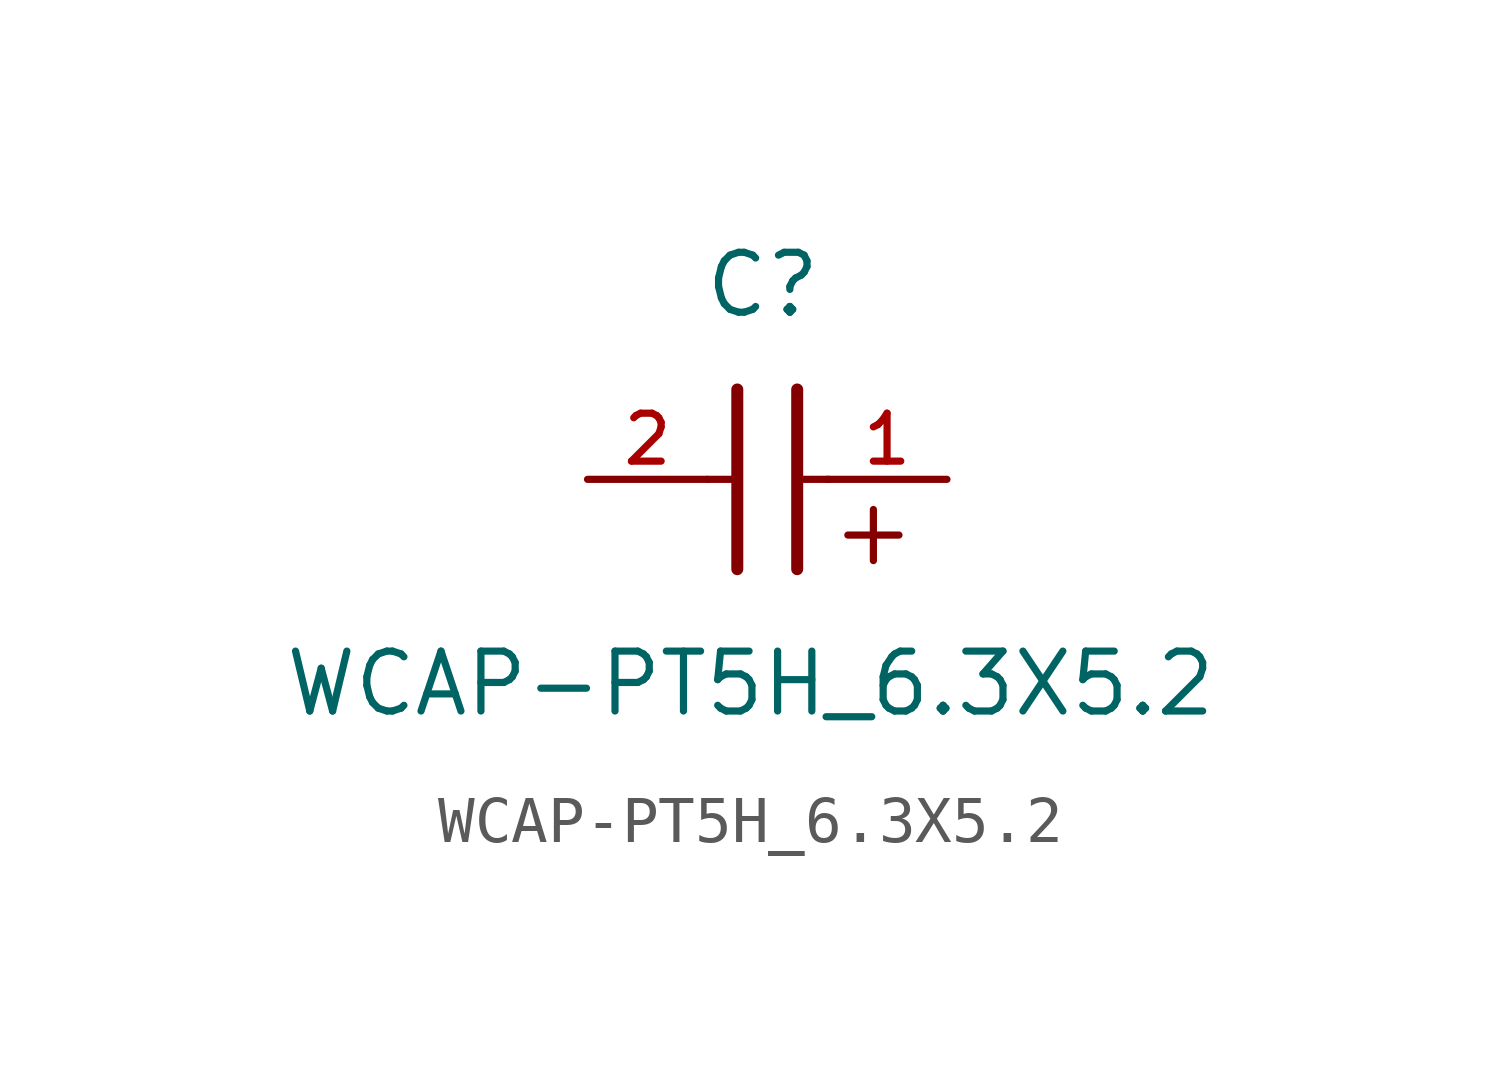
<source format=kicad_sym>
(kicad_symbol_lib
  (version 20211014)
  (generator kicad_symbol_editor)
  (symbol "WCAP-PT5H_6.3X5.2"
    (pin_names
      (offset 1.016))
    (property "Reference" "C"
      (at 1.175 3.38 0)
      (effects (font (size 1.27 1.27)) (justify bottom)))
    (property "Value" "WCAP-PT5H_6.3X5.2"
      (at 0.915 -5.075 0)
      (effects (font (size 1.27 1.27)) (justify bottom)))
    (symbol "WCAP-PT5H_6.3X5.2_0_0"
      (text "+" (at 2.54 -1.905 0) (effects (font (size 1.422 1.422)) (justify bottom left)))
      (polyline (pts (xy 1.905 1.905) (xy 1.905 -1.905)) (stroke (width 0.254)))
      (polyline (pts (xy 0.635 -1.905) (xy 0.635 1.905)) (stroke (width 0.254)))
      (polyline (pts (xy 0.0 0.0) (xy 0.643 0.0)) (stroke (width 0.152)))
      (polyline (pts (xy 1.928 0.0) (xy 2.57 0.0)) (stroke (width 0.152)))
      (pin passive line (at 5.08 0.0 180.0) (length 2.54) (name "~" (effects (font (size 1.016 1.016)))) (number "1" (effects (font (size 1.016 1.016)))))
      (pin passive line (at -2.54 0.0 0) (length 2.54) (name "~" (effects (font (size 1.016 1.016)))) (number "2" (effects (font (size 1.016 1.016))))))))
</source>
